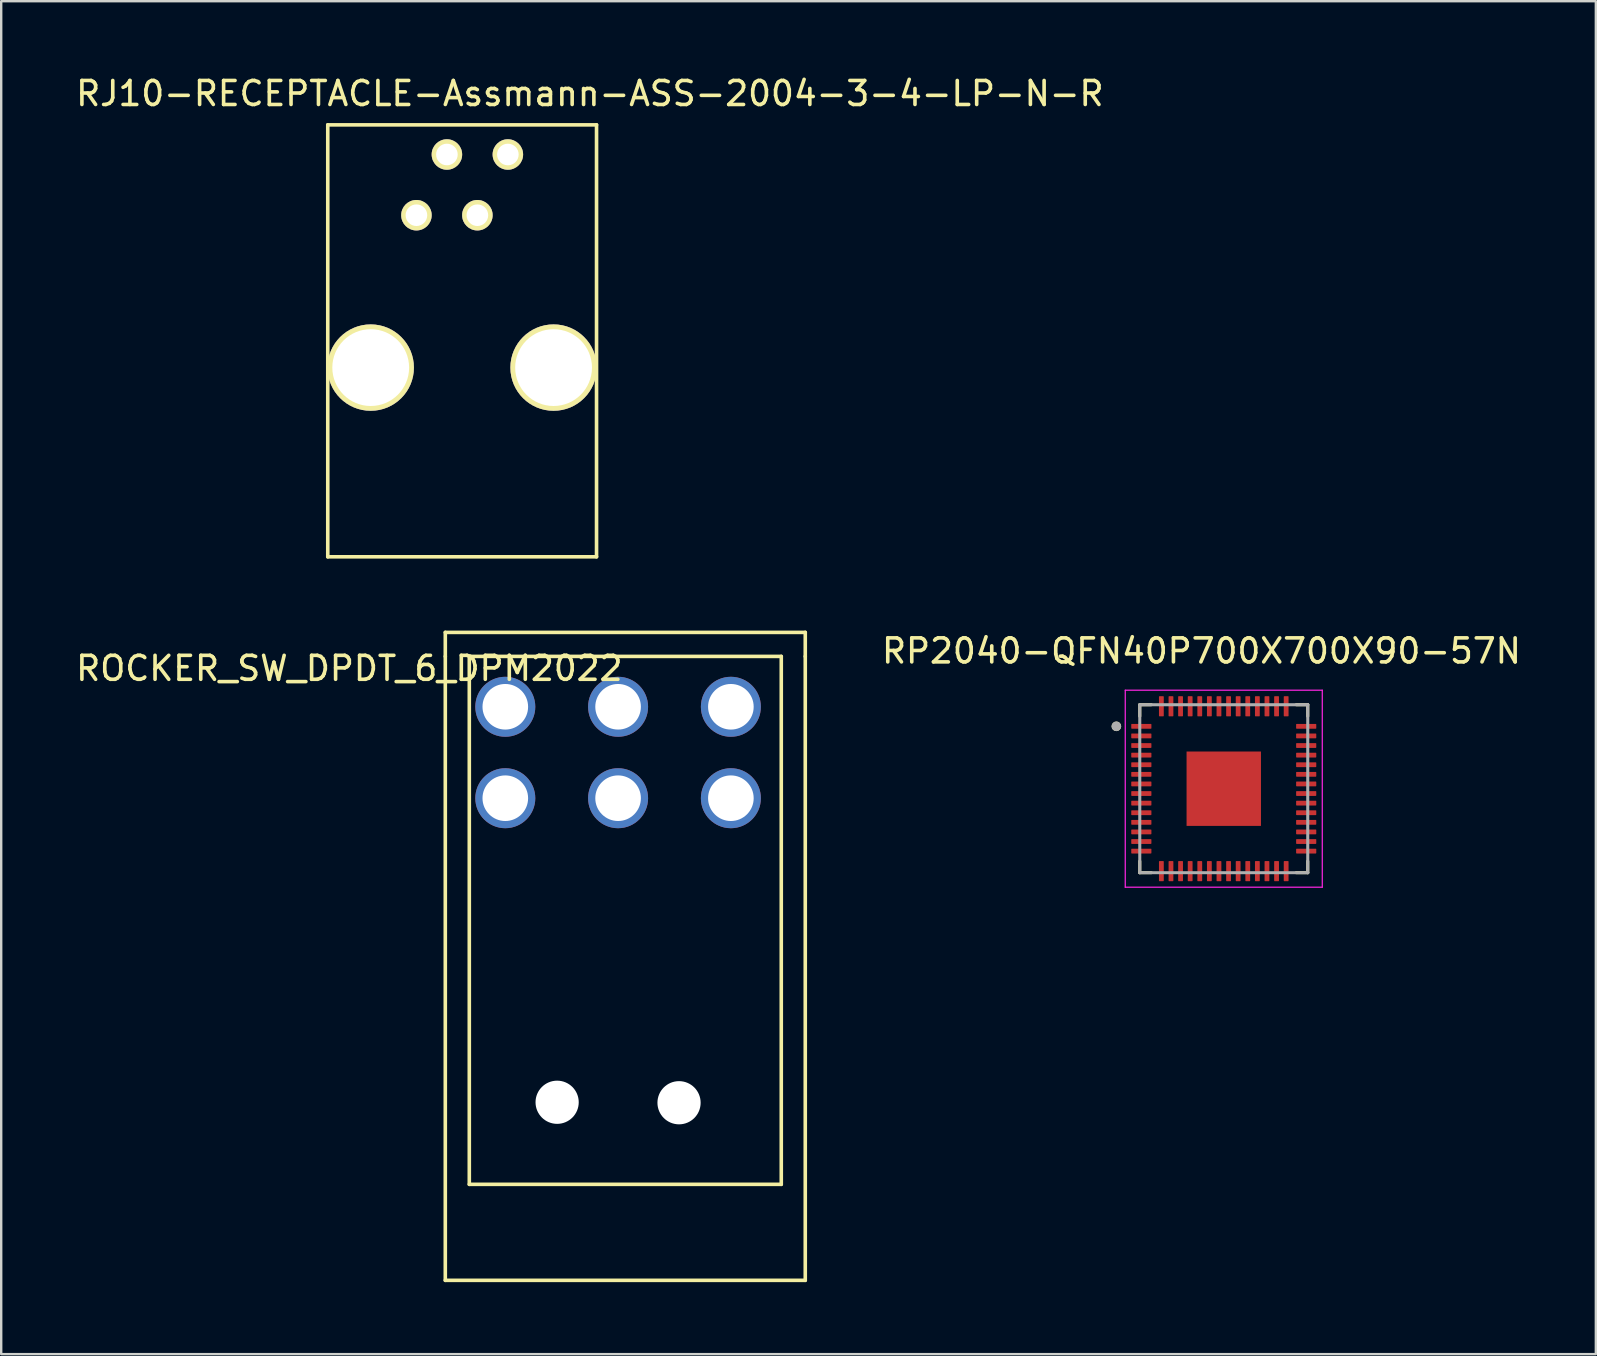
<source format=kicad_pcb>
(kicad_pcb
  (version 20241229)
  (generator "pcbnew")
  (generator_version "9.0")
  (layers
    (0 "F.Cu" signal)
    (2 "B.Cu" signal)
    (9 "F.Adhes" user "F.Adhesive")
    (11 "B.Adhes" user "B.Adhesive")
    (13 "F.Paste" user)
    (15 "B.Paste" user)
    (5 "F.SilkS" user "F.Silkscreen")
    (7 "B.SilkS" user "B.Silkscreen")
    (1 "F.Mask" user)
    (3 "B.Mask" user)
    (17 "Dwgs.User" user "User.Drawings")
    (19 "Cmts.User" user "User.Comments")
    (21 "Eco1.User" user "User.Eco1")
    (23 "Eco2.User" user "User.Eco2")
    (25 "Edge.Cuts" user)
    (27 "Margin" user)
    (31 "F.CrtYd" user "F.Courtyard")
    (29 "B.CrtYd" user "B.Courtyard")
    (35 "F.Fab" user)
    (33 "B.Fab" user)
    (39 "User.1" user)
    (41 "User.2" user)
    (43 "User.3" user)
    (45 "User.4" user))
  (footprint "ROCKER_SW_DPDT_6_DPM2022"
    (layer "F.Cu")
    (at 22.506 32.302)
    (property "Reference" "ROCKER_SW_DPDT_6_DPM2022" (at -11 -7.5 0) (layer "F.SilkS") (effects (font (size 1 1) (thickness 0.15))))
    (attr through_hole)
    (fp_line (start -7 -9) (end -7 -8) (stroke (width 0.15) (type solid)) (layer "F.SilkS"))
    (fp_line (start -7 -8) (end -7 18) (stroke (width 0.15) (type solid)) (layer "F.SilkS"))
    (fp_line (start -7 18) (end 8 18) (stroke (width 0.15) (type solid)) (layer "F.SilkS"))
    (fp_line (start -6 -8) (end 7 -8) (stroke (width 0.15) (type solid)) (layer "F.SilkS"))
    (fp_line (start -6 14) (end -6 -8) (stroke (width 0.15) (type solid)) (layer "F.SilkS"))
    (fp_line (start 7 -8) (end 7 14) (stroke (width 0.15) (type solid)) (layer "F.SilkS"))
    (fp_line (start 7 14) (end -6 14) (stroke (width 0.15) (type solid)) (layer "F.SilkS"))
    (fp_line (start 8 -9) (end -7 -9) (stroke (width 0.15) (type solid)) (layer "F.SilkS"))
    (fp_line (start 8 -8) (end 8 -9) (stroke (width 0.15) (type solid)) (layer "F.SilkS"))
    (fp_line (start 8 18) (end 8 -8) (stroke (width 0.15) (type solid)) (layer "F.SilkS"))
    (pad "" np_thru_hole circle (at -2.34 10.58) (size 1.8 1.8) (drill 1.8) (layers "*.Cu" "*.Mask"))
    (pad "" np_thru_hole circle (at 2.74 10.6) (size 1.8 1.8) (drill 1.8) (layers "*.Cu" "*.Mask"))
    (pad "1" thru_hole circle (at 4.9 -2.09) (size 2.5 2.5) (drill 1.9) (layers "*.Cu" "*.Mask"))
    (pad "2" thru_hole circle (at 0.2 -2.09) (size 2.5 2.5) (drill 1.9) (layers "*.Cu" "*.Mask"))
    (pad "3" thru_hole circle (at -4.5 -2.09) (size 2.5 2.5) (drill 1.9) (layers "*.Cu" "*.Mask"))
    (pad "4" thru_hole circle (at 4.9 -5.9) (size 2.5 2.5) (drill 1.9) (layers "*.Cu" "*.Mask"))
    (pad "5" thru_hole circle (at 0.2 -5.9) (size 2.5 2.5) (drill 1.9) (layers "*.Cu" "*.Mask"))
    (pad "6" thru_hole circle (at -4.5 -5.9) (size 2.5 2.5) (drill 1.9) (layers "*.Cu" "*.Mask")))
  (footprint "RJ10-RECEPTACLE-Assmann-ASS-2004-3-4-LP-N-R"
    (layer "F.Cu")
    (at 10.608 2.118)
    (property "Reference" "RJ10-RECEPTACLE-Assmann-ASS-2004-3-4-LP-N-R" (at 10.922 -1.27 0) (layer "F.SilkS") (effects (font (size 1 1) (thickness 0.15))))
    (attr through_hole)
    (fp_line (start 0 0.034) (end 11.2 0.034) (stroke (width 0.15) (type solid)) (layer "F.SilkS"))
    (fp_line (start 0 18.034) (end 0 0.034) (stroke (width 0.15) (type solid)) (layer "F.SilkS"))
    (fp_line (start 0 18.034) (end 11.2 18.034) (stroke (width 0.15) (type solid)) (layer "F.SilkS"))
    (fp_line (start 11.2 18.034) (end 11.2 0.034) (stroke (width 0.15) (type solid)) (layer "F.SilkS"))
    (pad "1" thru_hole circle (at 7.505 1.27) (size 1.27 1.27) (drill 0.9) (layers "*.Cu" "*.Mask" "F.SilkS"))
    (pad "2" thru_hole circle (at 6.235 3.8) (size 1.27 1.27) (drill 0.9) (layers "*.Cu" "*.Mask" "F.SilkS"))
    (pad "3" thru_hole circle (at 4.965 1.27) (size 1.27 1.27) (drill 0.9) (layers "*.Cu" "*.Mask" "F.SilkS"))
    (pad "4" thru_hole circle (at 3.695 3.8) (size 1.27 1.27) (drill 0.9) (layers "*.Cu" "*.Mask" "F.SilkS"))
    (pad "5" thru_hole circle (at 1.79 10.15) (size 3.6 3.6) (drill 3.2) (layers "*.Cu" "*.Mask" "F.SilkS"))
    (pad "5" thru_hole circle (at 9.41 10.15) (size 3.6 3.6) (drill 3.2) (layers "*.Cu" "*.Mask" "F.SilkS")))
  (footprint "RP2040-QFN40P700X700X90-57N"
    (layer "F.Cu")
    (at 47.945 29.816)
    (property "Reference" "RP2040-QFN40P700X700X90-57N" (at -0.93 -5.74 0) (layer "F.SilkS") (effects (font (size 1 1) (thickness 0.15))))
    (attr smd)
    (fp_line (start -3.5 -3.5) (end -3.5 -3.02) (stroke (width 0.127) (type solid)) (layer "F.SilkS"))
    (fp_line (start -3.5 -3.5) (end -3.02 -3.5) (stroke (width 0.127) (type solid)) (layer "F.SilkS"))
    (fp_line (start -3.5 3.5) (end -3.5 3.02) (stroke (width 0.127) (type solid)) (layer "F.SilkS"))
    (fp_line (start -3.5 3.5) (end -3.02 3.5) (stroke (width 0.127) (type solid)) (layer "F.SilkS"))
    (fp_line (start 3.5 -3.5) (end 3.02 -3.5) (stroke (width 0.127) (type solid)) (layer "F.SilkS"))
    (fp_line (start 3.5 -3.5) (end 3.5 -3.02) (stroke (width 0.127) (type solid)) (layer "F.SilkS"))
    (fp_line (start 3.5 3.5) (end 3.02 3.5) (stroke (width 0.127) (type solid)) (layer "F.SilkS"))
    (fp_line (start 3.5 3.5) (end 3.5 3.02) (stroke (width 0.127) (type solid)) (layer "F.SilkS"))
    (fp_circle (center -4.475 -2.6) (end -4.375 -2.6) (stroke (width 0.2) (type solid)) (fill no) (layer "F.SilkS"))
    (fp_poly (pts (xy -0.98 -0.98) (xy 0.98 -0.98) (xy 0.98 0.98) (xy -0.98 0.98)) (stroke (width 0.01) (type solid)) (fill yes) (layer "F.Paste"))
    (fp_line (start -4.105 -4.105) (end 4.105 -4.105) (stroke (width 0.05) (type solid)) (layer "F.CrtYd"))
    (fp_line (start -4.105 4.105) (end -4.105 -4.105) (stroke (width 0.05) (type solid)) (layer "F.CrtYd"))
    (fp_line (start -4.105 4.105) (end 4.105 4.105) (stroke (width 0.05) (type solid)) (layer "F.CrtYd"))
    (fp_line (start 4.105 4.105) (end 4.105 -4.105) (stroke (width 0.05) (type solid)) (layer "F.CrtYd"))
    (fp_line (start -3.5 3.5) (end -3.5 -3.5) (stroke (width 0.127) (type solid)) (layer "F.Fab"))
    (fp_line (start 3.5 -3.5) (end -3.5 -3.5) (stroke (width 0.127) (type solid)) (layer "F.Fab"))
    (fp_line (start 3.5 3.5) (end -3.5 3.5) (stroke (width 0.127) (type solid)) (layer "F.Fab"))
    (fp_line (start 3.5 3.5) (end 3.5 -3.5) (stroke (width 0.127) (type solid)) (layer "F.Fab"))
    (fp_circle (center -4.475 -2.6) (end -4.375 -2.6) (stroke (width 0.2) (type solid)) (fill no) (layer "F.Fab"))
    (pad "1" smd roundrect (at -3.435 -2.6) (size 0.84 0.2) (layers "F.Cu" "F.Mask" "F.Paste") (roundrect_rratio 0.125))
    (pad "2" smd roundrect (at -3.435 -2.2) (size 0.84 0.2) (layers "F.Cu" "F.Mask" "F.Paste") (roundrect_rratio 0.125))
    (pad "3" smd roundrect (at -3.435 -1.8) (size 0.84 0.2) (layers "F.Cu" "F.Mask" "F.Paste") (roundrect_rratio 0.125))
    (pad "4" smd roundrect (at -3.435 -1.4) (size 0.84 0.2) (layers "F.Cu" "F.Mask" "F.Paste") (roundrect_rratio 0.125))
    (pad "5" smd roundrect (at -3.435 -1) (size 0.84 0.2) (layers "F.Cu" "F.Mask" "F.Paste") (roundrect_rratio 0.125))
    (pad "6" smd roundrect (at -3.435 -0.6) (size 0.84 0.2) (layers "F.Cu" "F.Mask" "F.Paste") (roundrect_rratio 0.125))
    (pad "7" smd roundrect (at -3.435 -0.2) (size 0.84 0.2) (layers "F.Cu" "F.Mask" "F.Paste") (roundrect_rratio 0.125))
    (pad "8" smd roundrect (at -3.435 0.2) (size 0.84 0.2) (layers "F.Cu" "F.Mask" "F.Paste") (roundrect_rratio 0.125))
    (pad "9" smd roundrect (at -3.435 0.6) (size 0.84 0.2) (layers "F.Cu" "F.Mask" "F.Paste") (roundrect_rratio 0.125))
    (pad "10" smd roundrect (at -3.435 1) (size 0.84 0.2) (layers "F.Cu" "F.Mask" "F.Paste") (roundrect_rratio 0.125))
    (pad "11" smd roundrect (at -3.435 1.4) (size 0.84 0.2) (layers "F.Cu" "F.Mask" "F.Paste") (roundrect_rratio 0.125))
    (pad "12" smd roundrect (at -3.435 1.8) (size 0.84 0.2) (layers "F.Cu" "F.Mask" "F.Paste") (roundrect_rratio 0.125))
    (pad "13" smd roundrect (at -3.435 2.2) (size 0.84 0.2) (layers "F.Cu" "F.Mask" "F.Paste") (roundrect_rratio 0.125))
    (pad "14" smd roundrect (at -3.435 2.6) (size 0.84 0.2) (layers "F.Cu" "F.Mask" "F.Paste") (roundrect_rratio 0.125))
    (pad "15" smd roundrect (at -2.6 3.435) (size 0.2 0.84) (layers "F.Cu" "F.Mask" "F.Paste") (roundrect_rratio 0.125))
    (pad "16" smd roundrect (at -2.2 3.435) (size 0.2 0.84) (layers "F.Cu" "F.Mask" "F.Paste") (roundrect_rratio 0.125))
    (pad "17" smd roundrect (at -1.8 3.435) (size 0.2 0.84) (layers "F.Cu" "F.Mask" "F.Paste") (roundrect_rratio 0.125))
    (pad "18" smd roundrect (at -1.4 3.435) (size 0.2 0.84) (layers "F.Cu" "F.Mask" "F.Paste") (roundrect_rratio 0.125))
    (pad "19" smd roundrect (at -1 3.435) (size 0.2 0.84) (layers "F.Cu" "F.Mask" "F.Paste") (roundrect_rratio 0.125))
    (pad "20" smd roundrect (at -0.6 3.435) (size 0.2 0.84) (layers "F.Cu" "F.Mask" "F.Paste") (roundrect_rratio 0.125))
    (pad "21" smd roundrect (at -0.2 3.435) (size 0.2 0.84) (layers "F.Cu" "F.Mask" "F.Paste") (roundrect_rratio 0.125))
    (pad "22" smd roundrect (at 0.2 3.435) (size 0.2 0.84) (layers "F.Cu" "F.Mask" "F.Paste") (roundrect_rratio 0.125))
    (pad "23" smd roundrect (at 0.6 3.435) (size 0.2 0.84) (layers "F.Cu" "F.Mask" "F.Paste") (roundrect_rratio 0.125))
    (pad "24" smd roundrect (at 1 3.435) (size 0.2 0.84) (layers "F.Cu" "F.Mask" "F.Paste") (roundrect_rratio 0.125))
    (pad "25" smd roundrect (at 1.4 3.435) (size 0.2 0.84) (layers "F.Cu" "F.Mask" "F.Paste") (roundrect_rratio 0.125))
    (pad "26" smd roundrect (at 1.8 3.435) (size 0.2 0.84) (layers "F.Cu" "F.Mask" "F.Paste") (roundrect_rratio 0.125))
    (pad "27" smd roundrect (at 2.2 3.435) (size 0.2 0.84) (layers "F.Cu" "F.Mask" "F.Paste") (roundrect_rratio 0.125))
    (pad "28" smd roundrect (at 2.6 3.435) (size 0.2 0.84) (layers "F.Cu" "F.Mask" "F.Paste") (roundrect_rratio 0.125))
    (pad "29" smd roundrect (at 3.435 2.6) (size 0.84 0.2) (layers "F.Cu" "F.Mask" "F.Paste") (roundrect_rratio 0.125))
    (pad "30" smd roundrect (at 3.435 2.2) (size 0.84 0.2) (layers "F.Cu" "F.Mask" "F.Paste") (roundrect_rratio 0.125))
    (pad "31" smd roundrect (at 3.435 1.8) (size 0.84 0.2) (layers "F.Cu" "F.Mask" "F.Paste") (roundrect_rratio 0.125))
    (pad "32" smd roundrect (at 3.435 1.4) (size 0.84 0.2) (layers "F.Cu" "F.Mask" "F.Paste") (roundrect_rratio 0.125))
    (pad "33" smd roundrect (at 3.435 1) (size 0.84 0.2) (layers "F.Cu" "F.Mask" "F.Paste") (roundrect_rratio 0.125))
    (pad "34" smd roundrect (at 3.435 0.6) (size 0.84 0.2) (layers "F.Cu" "F.Mask" "F.Paste") (roundrect_rratio 0.125))
    (pad "35" smd roundrect (at 3.435 0.2) (size 0.84 0.2) (layers "F.Cu" "F.Mask" "F.Paste") (roundrect_rratio 0.125))
    (pad "36" smd roundrect (at 3.435 -0.2) (size 0.84 0.2) (layers "F.Cu" "F.Mask" "F.Paste") (roundrect_rratio 0.125))
    (pad "37" smd roundrect (at 3.435 -0.6) (size 0.84 0.2) (layers "F.Cu" "F.Mask" "F.Paste") (roundrect_rratio 0.125))
    (pad "38" smd roundrect (at 3.435 -1) (size 0.84 0.2) (layers "F.Cu" "F.Mask" "F.Paste") (roundrect_rratio 0.125))
    (pad "39" smd roundrect (at 3.435 -1.4) (size 0.84 0.2) (layers "F.Cu" "F.Mask" "F.Paste") (roundrect_rratio 0.125))
    (pad "40" smd roundrect (at 3.435 -1.8) (size 0.84 0.2) (layers "F.Cu" "F.Mask" "F.Paste") (roundrect_rratio 0.125))
    (pad "41" smd roundrect (at 3.435 -2.2) (size 0.84 0.2) (layers "F.Cu" "F.Mask" "F.Paste") (roundrect_rratio 0.125))
    (pad "42" smd roundrect (at 3.435 -2.6) (size 0.84 0.2) (layers "F.Cu" "F.Mask" "F.Paste") (roundrect_rratio 0.125))
    (pad "43" smd roundrect (at 2.6 -3.435) (size 0.2 0.84) (layers "F.Cu" "F.Mask" "F.Paste") (roundrect_rratio 0.125))
    (pad "44" smd roundrect (at 2.2 -3.435) (size 0.2 0.84) (layers "F.Cu" "F.Mask" "F.Paste") (roundrect_rratio 0.125))
    (pad "45" smd roundrect (at 1.8 -3.435) (size 0.2 0.84) (layers "F.Cu" "F.Mask" "F.Paste") (roundrect_rratio 0.125))
    (pad "46" smd roundrect (at 1.4 -3.435) (size 0.2 0.84) (layers "F.Cu" "F.Mask" "F.Paste") (roundrect_rratio 0.125))
    (pad "47" smd roundrect (at 1 -3.435) (size 0.2 0.84) (layers "F.Cu" "F.Mask" "F.Paste") (roundrect_rratio 0.125))
    (pad "48" smd roundrect (at 0.6 -3.435) (size 0.2 0.84) (layers "F.Cu" "F.Mask" "F.Paste") (roundrect_rratio 0.125))
    (pad "49" smd roundrect (at 0.2 -3.435) (size 0.2 0.84) (layers "F.Cu" "F.Mask" "F.Paste") (roundrect_rratio 0.125))
    (pad "50" smd roundrect (at -0.2 -3.435) (size 0.2 0.84) (layers "F.Cu" "F.Mask" "F.Paste") (roundrect_rratio 0.125))
    (pad "51" smd roundrect (at -0.6 -3.435) (size 0.2 0.84) (layers "F.Cu" "F.Mask" "F.Paste") (roundrect_rratio 0.125))
    (pad "52" smd roundrect (at -1 -3.435) (size 0.2 0.84) (layers "F.Cu" "F.Mask" "F.Paste") (roundrect_rratio 0.125))
    (pad "53" smd roundrect (at -1.4 -3.435) (size 0.2 0.84) (layers "F.Cu" "F.Mask" "F.Paste") (roundrect_rratio 0.125))
    (pad "54" smd roundrect (at -1.8 -3.435) (size 0.2 0.84) (layers "F.Cu" "F.Mask" "F.Paste") (roundrect_rratio 0.125))
    (pad "55" smd roundrect (at -2.2 -3.435) (size 0.2 0.84) (layers "F.Cu" "F.Mask" "F.Paste") (roundrect_rratio 0.125))
    (pad "56" smd roundrect (at -2.6 -3.435) (size 0.2 0.84) (layers "F.Cu" "F.Mask" "F.Paste") (roundrect_rratio 0.125))
    (pad "57" smd rect (at 0 0) (size 3.1 3.1) (layers "F.Cu" "F.Mask")))
  (gr_rect
    (start -3 -3)
    (end 63.45 53.377)
    (stroke (width 0.1) (type default))
    (fill no)
    (layer "Edge.Cuts")))
</source>
